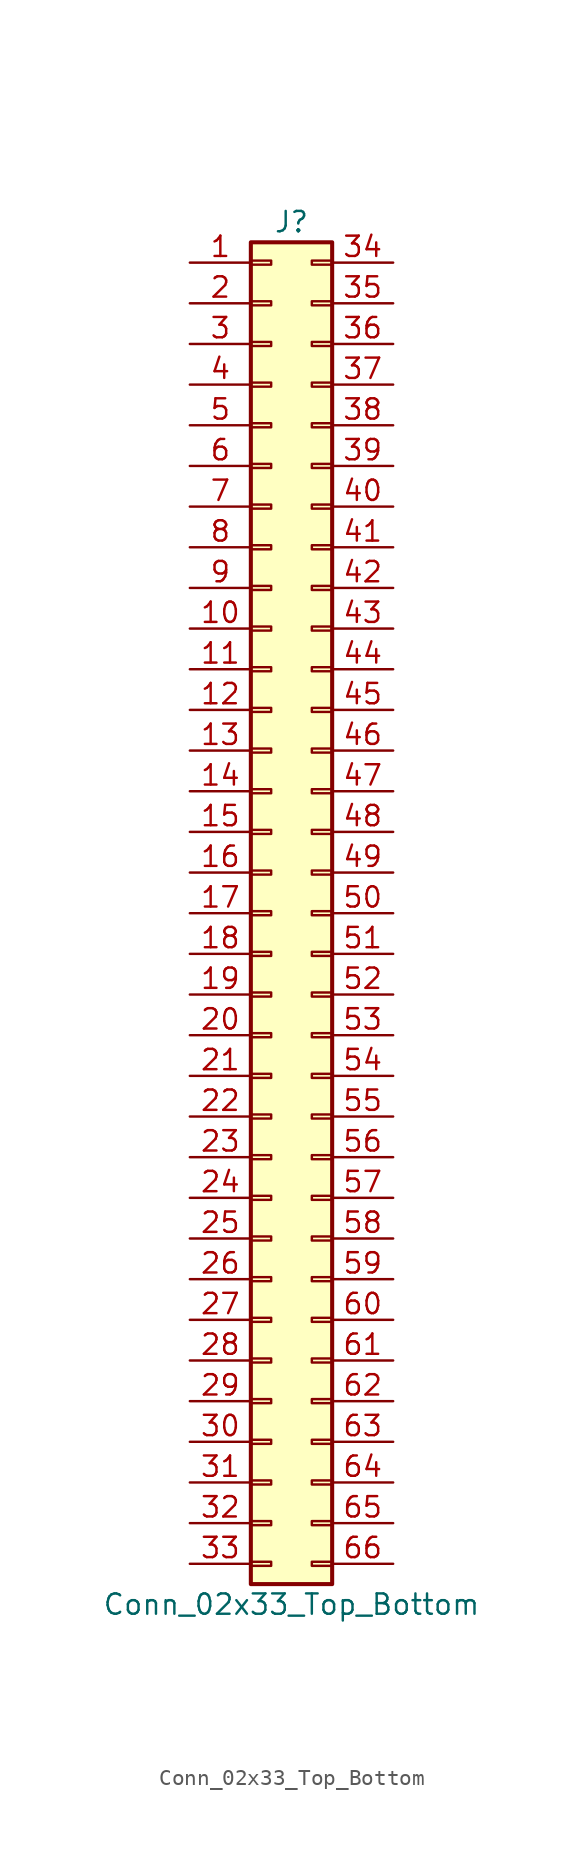
<source format=kicad_sym>
(kicad_symbol_lib
  (version 20201005)
  (generator kicad_symbol_editor)
  (symbol "Conn_02x33_Top_Bottom"
    (pin_names
      (offset 1.016) hide)
    (property "Reference" "J"
      (at 1.27 43.18 0)
      (effects (font (size 1.27 1.27))))
    (property "Value" "Conn_02x33_Top_Bottom"
      (at 1.27 -43.18 0)
      (effects (font (size 1.27 1.27))))
    (symbol "Conn_02x33_Top_Bottom_1_1"
      (rectangle (start -1.27 -40.513) (end 0 -40.767) (stroke (width 0.152)) (fill (type none)))
      (rectangle (start -1.27 -37.973) (end 0 -38.227) (stroke (width 0.152)) (fill (type none)))
      (rectangle (start -1.27 -35.433) (end 0 -35.687) (stroke (width 0.152)) (fill (type none)))
      (rectangle (start -1.27 -32.893) (end 0 -33.147) (stroke (width 0.152)) (fill (type none)))
      (rectangle (start -1.27 -30.353) (end 0 -30.607) (stroke (width 0.152)) (fill (type none)))
      (rectangle (start -1.27 -27.813) (end 0 -28.067) (stroke (width 0.152)) (fill (type none)))
      (rectangle (start -1.27 -25.273) (end 0 -25.527) (stroke (width 0.152)) (fill (type none)))
      (rectangle (start -1.27 -22.733) (end 0 -22.987) (stroke (width 0.152)) (fill (type none)))
      (rectangle (start -1.27 -20.193) (end 0 -20.447) (stroke (width 0.152)) (fill (type none)))
      (rectangle (start -1.27 -17.653) (end 0 -17.907) (stroke (width 0.152)) (fill (type none)))
      (rectangle (start -1.27 -15.113) (end 0 -15.367) (stroke (width 0.152)) (fill (type none)))
      (rectangle (start -1.27 -12.573) (end 0 -12.827) (stroke (width 0.152)) (fill (type none)))
      (rectangle (start -1.27 -10.033) (end 0 -10.287) (stroke (width 0.152)) (fill (type none)))
      (rectangle (start -1.27 -7.493) (end 0 -7.747) (stroke (width 0.152)) (fill (type none)))
      (rectangle (start -1.27 -4.953) (end 0 -5.207) (stroke (width 0.152)) (fill (type none)))
      (rectangle (start -1.27 -2.413) (end 0 -2.667) (stroke (width 0.152)) (fill (type none)))
      (rectangle (start -1.27 0.127) (end 0 -0.127) (stroke (width 0.152)) (fill (type none)))
      (rectangle (start -1.27 2.667) (end 0 2.413) (stroke (width 0.152)) (fill (type none)))
      (rectangle (start -1.27 5.207) (end 0 4.953) (stroke (width 0.152)) (fill (type none)))
      (rectangle (start -1.27 7.747) (end 0 7.493) (stroke (width 0.152)) (fill (type none)))
      (rectangle (start -1.27 10.287) (end 0 10.033) (stroke (width 0.152)) (fill (type none)))
      (rectangle (start -1.27 12.827) (end 0 12.573) (stroke (width 0.152)) (fill (type none)))
      (rectangle (start -1.27 15.367) (end 0 15.113) (stroke (width 0.152)) (fill (type none)))
      (rectangle (start -1.27 17.907) (end 0 17.653) (stroke (width 0.152)) (fill (type none)))
      (rectangle (start -1.27 20.447) (end 0 20.193) (stroke (width 0.152)) (fill (type none)))
      (rectangle (start -1.27 22.987) (end 0 22.733) (stroke (width 0.152)) (fill (type none)))
      (rectangle (start -1.27 25.527) (end 0 25.273) (stroke (width 0.152)) (fill (type none)))
      (rectangle (start -1.27 28.067) (end 0 27.813) (stroke (width 0.152)) (fill (type none)))
      (rectangle (start -1.27 30.607) (end 0 30.353) (stroke (width 0.152)) (fill (type none)))
      (rectangle (start -1.27 33.147) (end 0 32.893) (stroke (width 0.152)) (fill (type none)))
      (rectangle (start -1.27 35.687) (end 0 35.433) (stroke (width 0.152)) (fill (type none)))
      (rectangle (start -1.27 38.227) (end 0 37.973) (stroke (width 0.152)) (fill (type none)))
      (rectangle (start -1.27 40.767) (end 0 40.513) (stroke (width 0.152)) (fill (type none)))
      (rectangle (start 3.81 -40.513) (end 2.54 -40.767) (stroke (width 0.152)) (fill (type none)))
      (rectangle (start 3.81 -37.973) (end 2.54 -38.227) (stroke (width 0.152)) (fill (type none)))
      (rectangle (start 3.81 -35.433) (end 2.54 -35.687) (stroke (width 0.152)) (fill (type none)))
      (rectangle (start 3.81 -32.893) (end 2.54 -33.147) (stroke (width 0.152)) (fill (type none)))
      (rectangle (start 3.81 -30.353) (end 2.54 -30.607) (stroke (width 0.152)) (fill (type none)))
      (rectangle (start 3.81 -27.813) (end 2.54 -28.067) (stroke (width 0.152)) (fill (type none)))
      (rectangle (start 3.81 -25.273) (end 2.54 -25.527) (stroke (width 0.152)) (fill (type none)))
      (rectangle (start 3.81 -22.733) (end 2.54 -22.987) (stroke (width 0.152)) (fill (type none)))
      (rectangle (start 3.81 -20.193) (end 2.54 -20.447) (stroke (width 0.152)) (fill (type none)))
      (rectangle (start 3.81 -17.653) (end 2.54 -17.907) (stroke (width 0.152)) (fill (type none)))
      (rectangle (start 3.81 -15.113) (end 2.54 -15.367) (stroke (width 0.152)) (fill (type none)))
      (rectangle (start 3.81 -12.573) (end 2.54 -12.827) (stroke (width 0.152)) (fill (type none)))
      (rectangle (start 3.81 -10.033) (end 2.54 -10.287) (stroke (width 0.152)) (fill (type none)))
      (rectangle (start 3.81 -7.493) (end 2.54 -7.747) (stroke (width 0.152)) (fill (type none)))
      (rectangle (start 3.81 -4.953) (end 2.54 -5.207) (stroke (width 0.152)) (fill (type none)))
      (rectangle (start 3.81 -2.413) (end 2.54 -2.667) (stroke (width 0.152)) (fill (type none)))
      (rectangle (start 3.81 0.127) (end 2.54 -0.127) (stroke (width 0.152)) (fill (type none)))
      (rectangle (start 3.81 2.667) (end 2.54 2.413) (stroke (width 0.152)) (fill (type none)))
      (rectangle (start 3.81 5.207) (end 2.54 4.953) (stroke (width 0.152)) (fill (type none)))
      (rectangle (start 3.81 7.747) (end 2.54 7.493) (stroke (width 0.152)) (fill (type none)))
      (rectangle (start 3.81 10.287) (end 2.54 10.033) (stroke (width 0.152)) (fill (type none)))
      (rectangle (start 3.81 12.827) (end 2.54 12.573) (stroke (width 0.152)) (fill (type none)))
      (rectangle (start 3.81 15.367) (end 2.54 15.113) (stroke (width 0.152)) (fill (type none)))
      (rectangle (start 3.81 17.907) (end 2.54 17.653) (stroke (width 0.152)) (fill (type none)))
      (rectangle (start 3.81 20.447) (end 2.54 20.193) (stroke (width 0.152)) (fill (type none)))
      (rectangle (start 3.81 22.987) (end 2.54 22.733) (stroke (width 0.152)) (fill (type none)))
      (rectangle (start 3.81 25.527) (end 2.54 25.273) (stroke (width 0.152)) (fill (type none)))
      (rectangle (start 3.81 28.067) (end 2.54 27.813) (stroke (width 0.152)) (fill (type none)))
      (rectangle (start 3.81 30.607) (end 2.54 30.353) (stroke (width 0.152)) (fill (type none)))
      (rectangle (start 3.81 33.147) (end 2.54 32.893) (stroke (width 0.152)) (fill (type none)))
      (rectangle (start 3.81 35.687) (end 2.54 35.433) (stroke (width 0.152)) (fill (type none)))
      (rectangle (start 3.81 38.227) (end 2.54 37.973) (stroke (width 0.152)) (fill (type none)))
      (rectangle (start 3.81 40.767) (end 2.54 40.513) (stroke (width 0.152)) (fill (type none)))
      (rectangle (start -1.27 41.91) (end 3.81 -41.91) (stroke (width 0.254)) (fill (type background)))
      (pin passive line (at -5.08 40.64 0) (length 3.81) (name "Pin_1" (effects (font (size 1.27 1.27)))) (number "1" (effects (font (size 1.27 1.27)))))
      (pin passive line (at -5.08 17.78 0) (length 3.81) (name "Pin_10" (effects (font (size 1.27 1.27)))) (number "10" (effects (font (size 1.27 1.27)))))
      (pin passive line (at -5.08 15.24 0) (length 3.81) (name "Pin_11" (effects (font (size 1.27 1.27)))) (number "11" (effects (font (size 1.27 1.27)))))
      (pin passive line (at -5.08 12.7 0) (length 3.81) (name "Pin_12" (effects (font (size 1.27 1.27)))) (number "12" (effects (font (size 1.27 1.27)))))
      (pin passive line (at -5.08 10.16 0) (length 3.81) (name "Pin_13" (effects (font (size 1.27 1.27)))) (number "13" (effects (font (size 1.27 1.27)))))
      (pin passive line (at -5.08 7.62 0) (length 3.81) (name "Pin_14" (effects (font (size 1.27 1.27)))) (number "14" (effects (font (size 1.27 1.27)))))
      (pin passive line (at -5.08 5.08 0) (length 3.81) (name "Pin_15" (effects (font (size 1.27 1.27)))) (number "15" (effects (font (size 1.27 1.27)))))
      (pin passive line (at -5.08 2.54 0) (length 3.81) (name "Pin_16" (effects (font (size 1.27 1.27)))) (number "16" (effects (font (size 1.27 1.27)))))
      (pin passive line (at -5.08 0 0) (length 3.81) (name "Pin_17" (effects (font (size 1.27 1.27)))) (number "17" (effects (font (size 1.27 1.27)))))
      (pin passive line (at -5.08 -2.54 0) (length 3.81) (name "Pin_18" (effects (font (size 1.27 1.27)))) (number "18" (effects (font (size 1.27 1.27)))))
      (pin passive line (at -5.08 -5.08 0) (length 3.81) (name "Pin_19" (effects (font (size 1.27 1.27)))) (number "19" (effects (font (size 1.27 1.27)))))
      (pin passive line (at -5.08 38.1 0) (length 3.81) (name "Pin_2" (effects (font (size 1.27 1.27)))) (number "2" (effects (font (size 1.27 1.27)))))
      (pin passive line (at -5.08 -7.62 0) (length 3.81) (name "Pin_20" (effects (font (size 1.27 1.27)))) (number "20" (effects (font (size 1.27 1.27)))))
      (pin passive line (at -5.08 -10.16 0) (length 3.81) (name "Pin_21" (effects (font (size 1.27 1.27)))) (number "21" (effects (font (size 1.27 1.27)))))
      (pin passive line (at -5.08 -12.7 0) (length 3.81) (name "Pin_22" (effects (font (size 1.27 1.27)))) (number "22" (effects (font (size 1.27 1.27)))))
      (pin passive line (at -5.08 -15.24 0) (length 3.81) (name "Pin_23" (effects (font (size 1.27 1.27)))) (number "23" (effects (font (size 1.27 1.27)))))
      (pin passive line (at -5.08 -17.78 0) (length 3.81) (name "Pin_24" (effects (font (size 1.27 1.27)))) (number "24" (effects (font (size 1.27 1.27)))))
      (pin passive line (at -5.08 -20.32 0) (length 3.81) (name "Pin_25" (effects (font (size 1.27 1.27)))) (number "25" (effects (font (size 1.27 1.27)))))
      (pin passive line (at -5.08 -22.86 0) (length 3.81) (name "Pin_26" (effects (font (size 1.27 1.27)))) (number "26" (effects (font (size 1.27 1.27)))))
      (pin passive line (at -5.08 -25.4 0) (length 3.81) (name "Pin_27" (effects (font (size 1.27 1.27)))) (number "27" (effects (font (size 1.27 1.27)))))
      (pin passive line (at -5.08 -27.94 0) (length 3.81) (name "Pin_28" (effects (font (size 1.27 1.27)))) (number "28" (effects (font (size 1.27 1.27)))))
      (pin passive line (at -5.08 -30.48 0) (length 3.81) (name "Pin_29" (effects (font (size 1.27 1.27)))) (number "29" (effects (font (size 1.27 1.27)))))
      (pin passive line (at -5.08 35.56 0) (length 3.81) (name "Pin_3" (effects (font (size 1.27 1.27)))) (number "3" (effects (font (size 1.27 1.27)))))
      (pin passive line (at -5.08 -33.02 0) (length 3.81) (name "Pin_30" (effects (font (size 1.27 1.27)))) (number "30" (effects (font (size 1.27 1.27)))))
      (pin passive line (at -5.08 -35.56 0) (length 3.81) (name "Pin_31" (effects (font (size 1.27 1.27)))) (number "31" (effects (font (size 1.27 1.27)))))
      (pin passive line (at -5.08 -38.1 0) (length 3.81) (name "Pin_32" (effects (font (size 1.27 1.27)))) (number "32" (effects (font (size 1.27 1.27)))))
      (pin passive line (at -5.08 -40.64 0) (length 3.81) (name "Pin_33" (effects (font (size 1.27 1.27)))) (number "33" (effects (font (size 1.27 1.27)))))
      (pin passive line (at 7.62 40.64 180) (length 3.81) (name "Pin_34" (effects (font (size 1.27 1.27)))) (number "34" (effects (font (size 1.27 1.27)))))
      (pin passive line (at 7.62 38.1 180) (length 3.81) (name "Pin_35" (effects (font (size 1.27 1.27)))) (number "35" (effects (font (size 1.27 1.27)))))
      (pin passive line (at 7.62 35.56 180) (length 3.81) (name "Pin_36" (effects (font (size 1.27 1.27)))) (number "36" (effects (font (size 1.27 1.27)))))
      (pin passive line (at 7.62 33.02 180) (length 3.81) (name "Pin_37" (effects (font (size 1.27 1.27)))) (number "37" (effects (font (size 1.27 1.27)))))
      (pin passive line (at 7.62 30.48 180) (length 3.81) (name "Pin_38" (effects (font (size 1.27 1.27)))) (number "38" (effects (font (size 1.27 1.27)))))
      (pin passive line (at 7.62 27.94 180) (length 3.81) (name "Pin_39" (effects (font (size 1.27 1.27)))) (number "39" (effects (font (size 1.27 1.27)))))
      (pin passive line (at -5.08 33.02 0) (length 3.81) (name "Pin_4" (effects (font (size 1.27 1.27)))) (number "4" (effects (font (size 1.27 1.27)))))
      (pin passive line (at 7.62 25.4 180) (length 3.81) (name "Pin_40" (effects (font (size 1.27 1.27)))) (number "40" (effects (font (size 1.27 1.27)))))
      (pin passive line (at 7.62 22.86 180) (length 3.81) (name "Pin_41" (effects (font (size 1.27 1.27)))) (number "41" (effects (font (size 1.27 1.27)))))
      (pin passive line (at 7.62 20.32 180) (length 3.81) (name "Pin_42" (effects (font (size 1.27 1.27)))) (number "42" (effects (font (size 1.27 1.27)))))
      (pin passive line (at 7.62 17.78 180) (length 3.81) (name "Pin_43" (effects (font (size 1.27 1.27)))) (number "43" (effects (font (size 1.27 1.27)))))
      (pin passive line (at 7.62 15.24 180) (length 3.81) (name "Pin_44" (effects (font (size 1.27 1.27)))) (number "44" (effects (font (size 1.27 1.27)))))
      (pin passive line (at 7.62 12.7 180) (length 3.81) (name "Pin_45" (effects (font (size 1.27 1.27)))) (number "45" (effects (font (size 1.27 1.27)))))
      (pin passive line (at 7.62 10.16 180) (length 3.81) (name "Pin_46" (effects (font (size 1.27 1.27)))) (number "46" (effects (font (size 1.27 1.27)))))
      (pin passive line (at 7.62 7.62 180) (length 3.81) (name "Pin_47" (effects (font (size 1.27 1.27)))) (number "47" (effects (font (size 1.27 1.27)))))
      (pin passive line (at 7.62 5.08 180) (length 3.81) (name "Pin_48" (effects (font (size 1.27 1.27)))) (number "48" (effects (font (size 1.27 1.27)))))
      (pin passive line (at 7.62 2.54 180) (length 3.81) (name "Pin_49" (effects (font (size 1.27 1.27)))) (number "49" (effects (font (size 1.27 1.27)))))
      (pin passive line (at -5.08 30.48 0) (length 3.81) (name "Pin_5" (effects (font (size 1.27 1.27)))) (number "5" (effects (font (size 1.27 1.27)))))
      (pin passive line (at 7.62 0 180) (length 3.81) (name "Pin_50" (effects (font (size 1.27 1.27)))) (number "50" (effects (font (size 1.27 1.27)))))
      (pin passive line (at 7.62 -2.54 180) (length 3.81) (name "Pin_51" (effects (font (size 1.27 1.27)))) (number "51" (effects (font (size 1.27 1.27)))))
      (pin passive line (at 7.62 -5.08 180) (length 3.81) (name "Pin_52" (effects (font (size 1.27 1.27)))) (number "52" (effects (font (size 1.27 1.27)))))
      (pin passive line (at 7.62 -7.62 180) (length 3.81) (name "Pin_53" (effects (font (size 1.27 1.27)))) (number "53" (effects (font (size 1.27 1.27)))))
      (pin passive line (at 7.62 -10.16 180) (length 3.81) (name "Pin_54" (effects (font (size 1.27 1.27)))) (number "54" (effects (font (size 1.27 1.27)))))
      (pin passive line (at 7.62 -12.7 180) (length 3.81) (name "Pin_55" (effects (font (size 1.27 1.27)))) (number "55" (effects (font (size 1.27 1.27)))))
      (pin passive line (at 7.62 -15.24 180) (length 3.81) (name "Pin_56" (effects (font (size 1.27 1.27)))) (number "56" (effects (font (size 1.27 1.27)))))
      (pin passive line (at 7.62 -17.78 180) (length 3.81) (name "Pin_57" (effects (font (size 1.27 1.27)))) (number "57" (effects (font (size 1.27 1.27)))))
      (pin passive line (at 7.62 -20.32 180) (length 3.81) (name "Pin_58" (effects (font (size 1.27 1.27)))) (number "58" (effects (font (size 1.27 1.27)))))
      (pin passive line (at 7.62 -22.86 180) (length 3.81) (name "Pin_59" (effects (font (size 1.27 1.27)))) (number "59" (effects (font (size 1.27 1.27)))))
      (pin passive line (at -5.08 27.94 0) (length 3.81) (name "Pin_6" (effects (font (size 1.27 1.27)))) (number "6" (effects (font (size 1.27 1.27)))))
      (pin passive line (at 7.62 -25.4 180) (length 3.81) (name "Pin_60" (effects (font (size 1.27 1.27)))) (number "60" (effects (font (size 1.27 1.27)))))
      (pin passive line (at 7.62 -27.94 180) (length 3.81) (name "Pin_61" (effects (font (size 1.27 1.27)))) (number "61" (effects (font (size 1.27 1.27)))))
      (pin passive line (at 7.62 -30.48 180) (length 3.81) (name "Pin_62" (effects (font (size 1.27 1.27)))) (number "62" (effects (font (size 1.27 1.27)))))
      (pin passive line (at 7.62 -33.02 180) (length 3.81) (name "Pin_63" (effects (font (size 1.27 1.27)))) (number "63" (effects (font (size 1.27 1.27)))))
      (pin passive line (at 7.62 -35.56 180) (length 3.81) (name "Pin_64" (effects (font (size 1.27 1.27)))) (number "64" (effects (font (size 1.27 1.27)))))
      (pin passive line (at 7.62 -38.1 180) (length 3.81) (name "Pin_65" (effects (font (size 1.27 1.27)))) (number "65" (effects (font (size 1.27 1.27)))))
      (pin passive line (at 7.62 -40.64 180) (length 3.81) (name "Pin_66" (effects (font (size 1.27 1.27)))) (number "66" (effects (font (size 1.27 1.27)))))
      (pin passive line (at -5.08 25.4 0) (length 3.81) (name "Pin_7" (effects (font (size 1.27 1.27)))) (number "7" (effects (font (size 1.27 1.27)))))
      (pin passive line (at -5.08 22.86 0) (length 3.81) (name "Pin_8" (effects (font (size 1.27 1.27)))) (number "8" (effects (font (size 1.27 1.27)))))
      (pin passive line (at -5.08 20.32 0) (length 3.81) (name "Pin_9" (effects (font (size 1.27 1.27)))) (number "9" (effects (font (size 1.27 1.27))))))))
</source>
